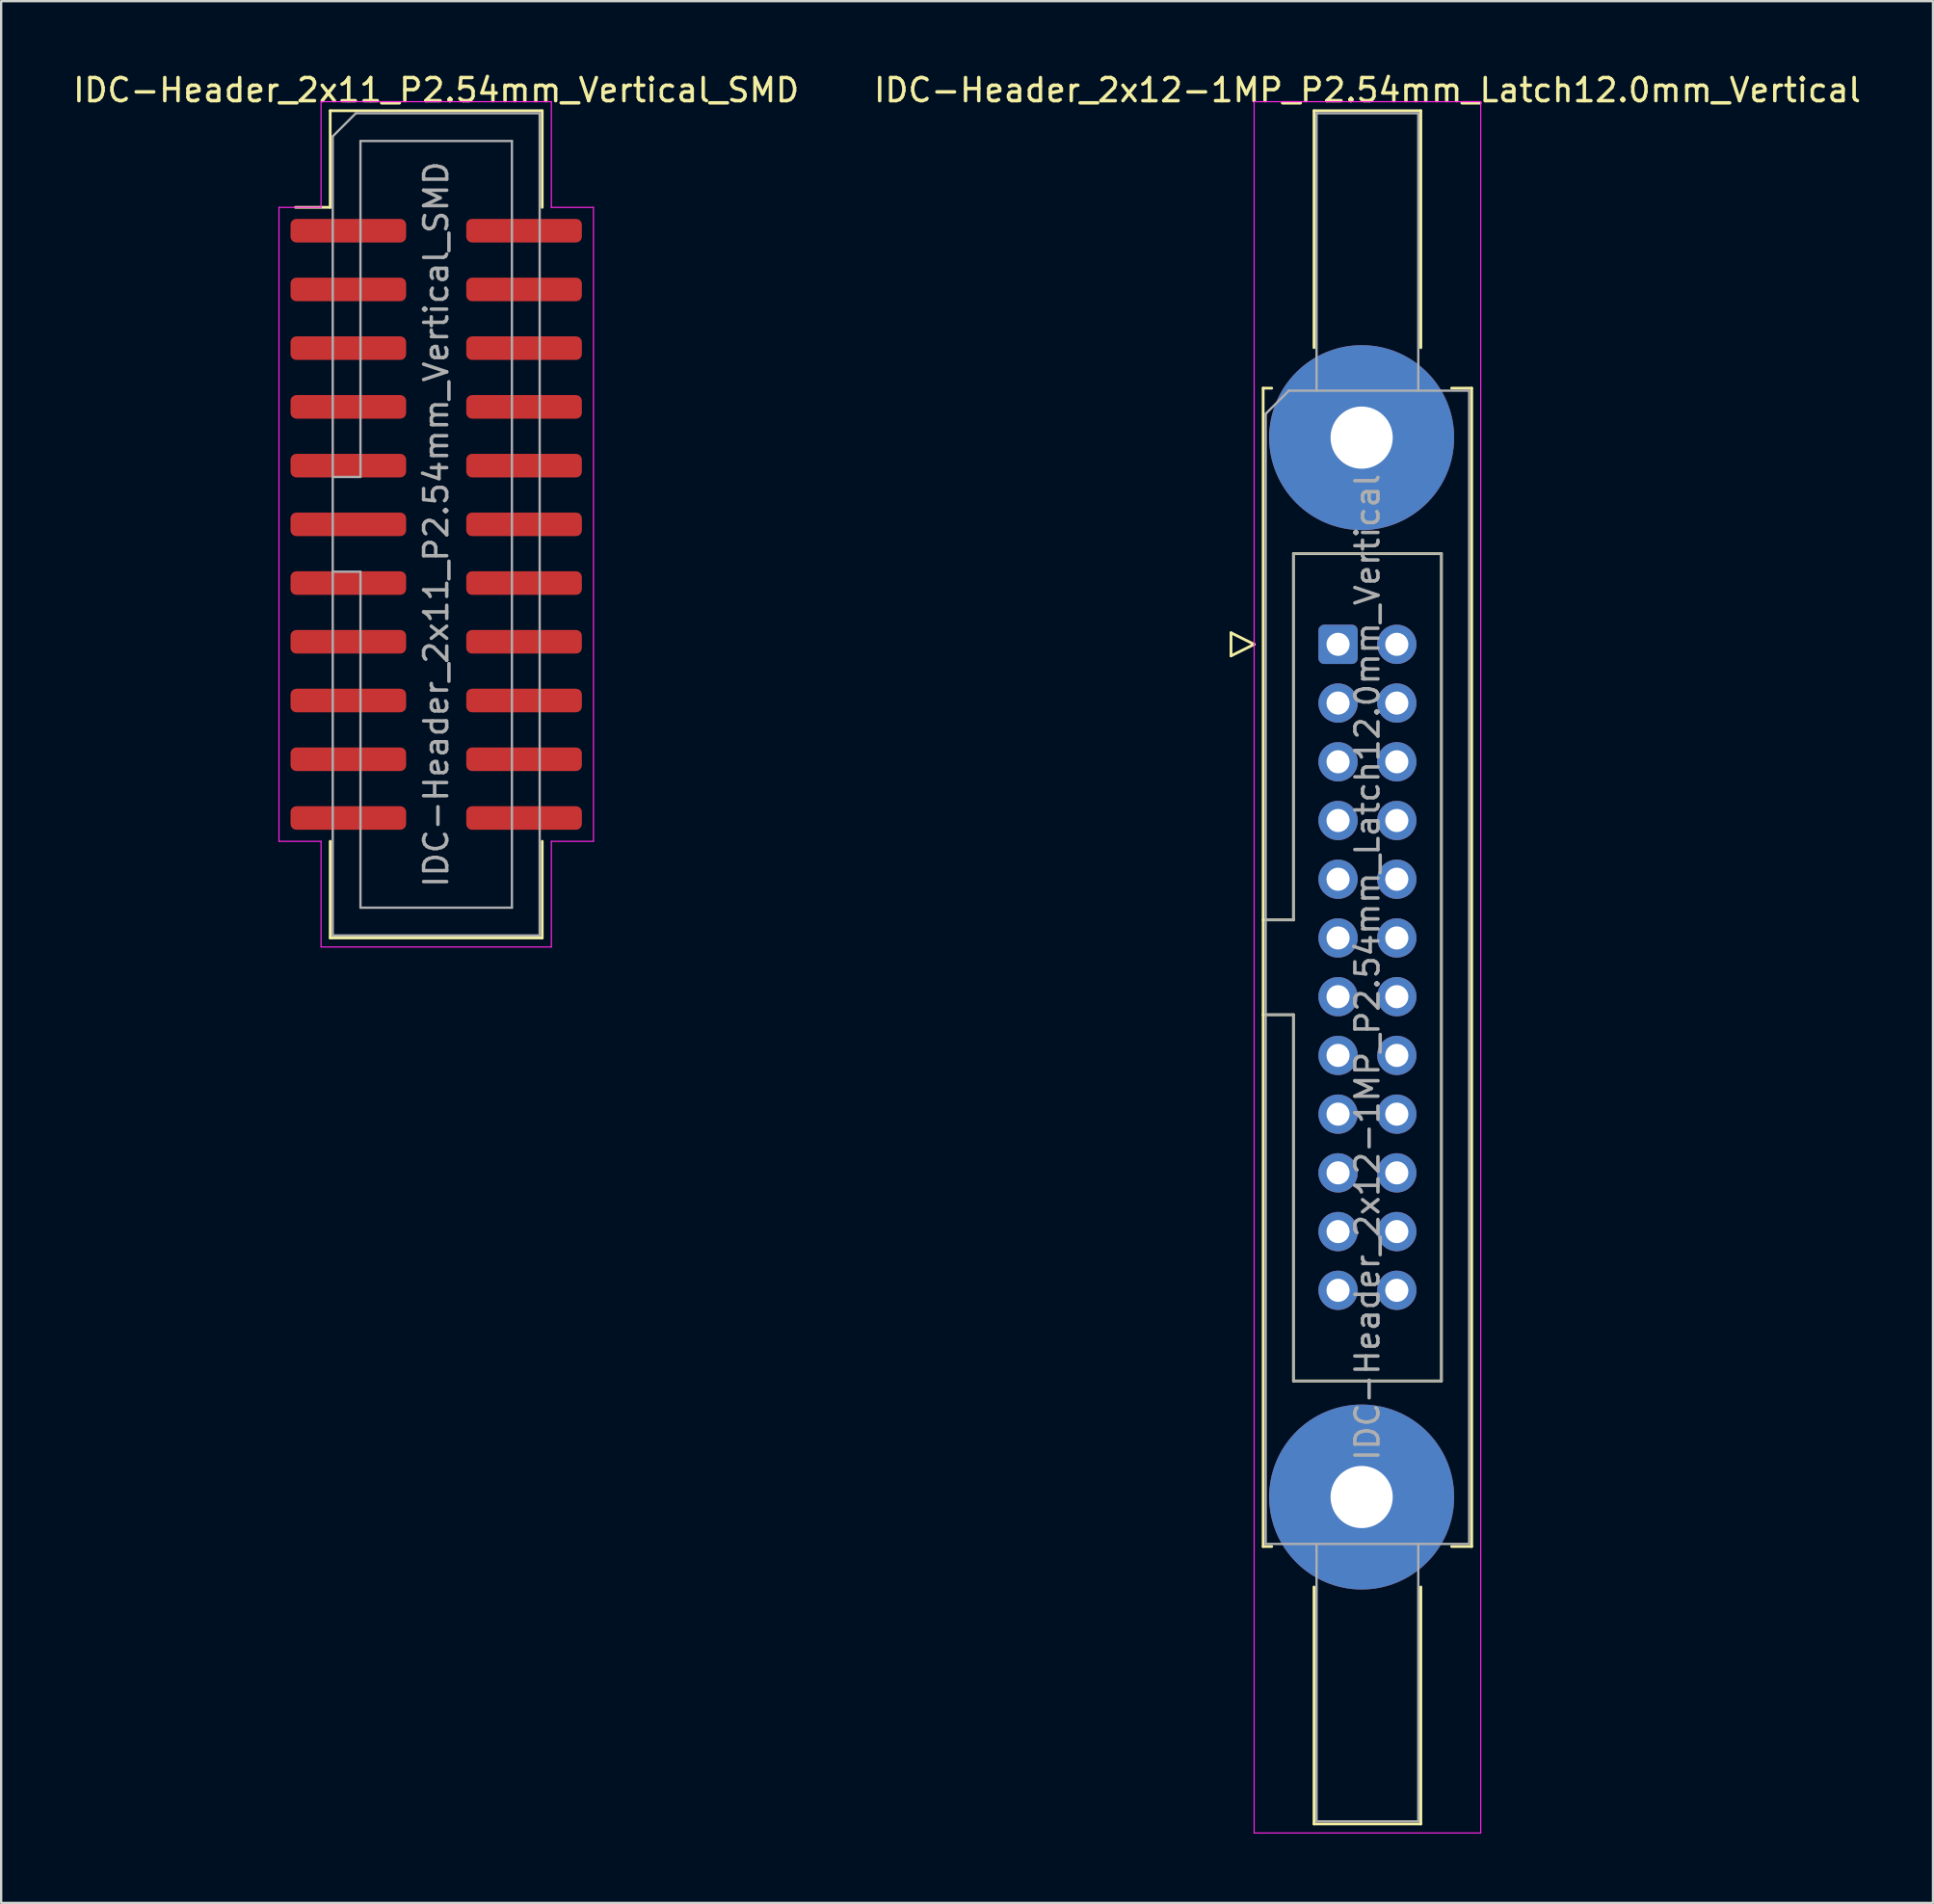
<source format=kicad_pcb>
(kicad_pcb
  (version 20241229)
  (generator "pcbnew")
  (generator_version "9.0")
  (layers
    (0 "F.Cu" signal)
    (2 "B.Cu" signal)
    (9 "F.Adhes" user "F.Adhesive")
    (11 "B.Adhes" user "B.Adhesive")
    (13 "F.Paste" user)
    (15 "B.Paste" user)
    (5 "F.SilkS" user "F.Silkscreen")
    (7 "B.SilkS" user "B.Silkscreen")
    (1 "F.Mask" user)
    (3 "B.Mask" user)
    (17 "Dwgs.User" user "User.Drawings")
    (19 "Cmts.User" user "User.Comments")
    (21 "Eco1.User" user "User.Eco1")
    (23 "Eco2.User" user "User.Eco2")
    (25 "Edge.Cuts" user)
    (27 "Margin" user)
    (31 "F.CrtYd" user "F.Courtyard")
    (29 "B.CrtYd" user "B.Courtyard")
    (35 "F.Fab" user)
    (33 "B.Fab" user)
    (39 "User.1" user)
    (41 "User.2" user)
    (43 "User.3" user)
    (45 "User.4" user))
  (footprint "IDC-Header_2x11_P2.54mm_Vertical_SMD"
    (layer "F.Cu")
    (at 15.815 19.628)
    (property "Reference" "IDC-Header_2x11_P2.54mm_Vertical_SMD" (at 0 -18.78 0) (layer "F.SilkS") (effects (font (size 1 1) (thickness 0.15))))
    (attr smd)
    (fp_line (start -4.585 -17.89) (end 4.585 -17.89) (stroke (width 0.12) (type solid)) (layer "F.SilkS"))
    (fp_line (start -4.585 -13.71) (end -6.085 -13.71) (stroke (width 0.12) (type solid)) (layer "F.SilkS"))
    (fp_line (start -4.585 -13.71) (end -4.585 -17.89) (stroke (width 0.12) (type solid)) (layer "F.SilkS"))
    (fp_line (start -4.585 13.71) (end -4.585 17.89) (stroke (width 0.12) (type solid)) (layer "F.SilkS"))
    (fp_line (start -4.585 17.89) (end 4.585 17.89) (stroke (width 0.12) (type solid)) (layer "F.SilkS"))
    (fp_line (start 4.585 -17.89) (end 4.585 -13.71) (stroke (width 0.12) (type solid)) (layer "F.SilkS"))
    (fp_line (start 4.585 17.89) (end 4.585 13.71) (stroke (width 0.12) (type solid)) (layer "F.SilkS"))
    (fp_line (start -6.8 -13.71) (end -6.8 13.71) (stroke (width 0.05) (type solid)) (layer "F.CrtYd"))
    (fp_line (start -6.8 13.71) (end -4.98 13.71) (stroke (width 0.05) (type solid)) (layer "F.CrtYd"))
    (fp_line (start -4.98 -18.28) (end -4.98 -13.71) (stroke (width 0.05) (type solid)) (layer "F.CrtYd"))
    (fp_line (start -4.98 -13.71) (end -6.8 -13.71) (stroke (width 0.05) (type solid)) (layer "F.CrtYd"))
    (fp_line (start -4.98 13.71) (end -4.98 18.28) (stroke (width 0.05) (type solid)) (layer "F.CrtYd"))
    (fp_line (start -4.98 18.28) (end 4.98 18.28) (stroke (width 0.05) (type solid)) (layer "F.CrtYd"))
    (fp_line (start 4.98 -18.28) (end -4.98 -18.28) (stroke (width 0.05) (type solid)) (layer "F.CrtYd"))
    (fp_line (start 4.98 -13.71) (end 4.98 -18.28) (stroke (width 0.05) (type solid)) (layer "F.CrtYd"))
    (fp_line (start 4.98 13.71) (end 6.8 13.71) (stroke (width 0.05) (type solid)) (layer "F.CrtYd"))
    (fp_line (start 4.98 18.28) (end 4.98 13.71) (stroke (width 0.05) (type solid)) (layer "F.CrtYd"))
    (fp_line (start 6.8 -13.71) (end 4.98 -13.71) (stroke (width 0.05) (type solid)) (layer "F.CrtYd"))
    (fp_line (start 6.8 13.71) (end 6.8 -13.71) (stroke (width 0.05) (type solid)) (layer "F.CrtYd"))
    (fp_line (start -4.475 -16.78) (end -3.475 -17.78) (stroke (width 0.1) (type solid)) (layer "F.Fab"))
    (fp_line (start -4.475 -2.05) (end -3.275 -2.05) (stroke (width 0.1) (type solid)) (layer "F.Fab"))
    (fp_line (start -4.475 17.78) (end -4.475 -16.78) (stroke (width 0.1) (type solid)) (layer "F.Fab"))
    (fp_line (start -3.475 -17.78) (end 4.475 -17.78) (stroke (width 0.1) (type solid)) (layer "F.Fab"))
    (fp_line (start -3.275 -16.58) (end 3.275 -16.58) (stroke (width 0.1) (type solid)) (layer "F.Fab"))
    (fp_line (start -3.275 -2.05) (end -3.275 -16.58) (stroke (width 0.1) (type solid)) (layer "F.Fab"))
    (fp_line (start -3.275 2.05) (end -4.475 2.05) (stroke (width 0.1) (type solid)) (layer "F.Fab"))
    (fp_line (start -3.275 16.58) (end -3.275 2.05) (stroke (width 0.1) (type solid)) (layer "F.Fab"))
    (fp_line (start 3.275 -16.58) (end 3.275 16.58) (stroke (width 0.1) (type solid)) (layer "F.Fab"))
    (fp_line (start 3.275 16.58) (end -3.275 16.58) (stroke (width 0.1) (type solid)) (layer "F.Fab"))
    (fp_line (start 4.475 -17.78) (end 4.475 17.78) (stroke (width 0.1) (type solid)) (layer "F.Fab"))
    (fp_line (start 4.475 17.78) (end -4.475 17.78) (stroke (width 0.1) (type solid)) (layer "F.Fab"))
    (fp_text user "${REFERENCE}" (at 0 0 90) (layer "F.Fab") (effects (font (size 1 1) (thickness 0.15))))
    (pad "1" smd roundrect (at -3.8 -12.7) (size 5 1.02) (layers "F.Cu" "F.Mask" "F.Paste") (roundrect_rratio 0.245))
    (pad "2" smd roundrect (at 3.8 -12.7) (size 5 1.02) (layers "F.Cu" "F.Mask" "F.Paste") (roundrect_rratio 0.245))
    (pad "3" smd roundrect (at -3.8 -10.16) (size 5 1.02) (layers "F.Cu" "F.Mask" "F.Paste") (roundrect_rratio 0.245))
    (pad "4" smd roundrect (at 3.8 -10.16) (size 5 1.02) (layers "F.Cu" "F.Mask" "F.Paste") (roundrect_rratio 0.245))
    (pad "5" smd roundrect (at -3.8 -7.62) (size 5 1.02) (layers "F.Cu" "F.Mask" "F.Paste") (roundrect_rratio 0.245))
    (pad "6" smd roundrect (at 3.8 -7.62) (size 5 1.02) (layers "F.Cu" "F.Mask" "F.Paste") (roundrect_rratio 0.245))
    (pad "7" smd roundrect (at -3.8 -5.08) (size 5 1.02) (layers "F.Cu" "F.Mask" "F.Paste") (roundrect_rratio 0.245))
    (pad "8" smd roundrect (at 3.8 -5.08) (size 5 1.02) (layers "F.Cu" "F.Mask" "F.Paste") (roundrect_rratio 0.245))
    (pad "9" smd roundrect (at -3.8 -2.54) (size 5 1.02) (layers "F.Cu" "F.Mask" "F.Paste") (roundrect_rratio 0.245))
    (pad "10" smd roundrect (at 3.8 -2.54) (size 5 1.02) (layers "F.Cu" "F.Mask" "F.Paste") (roundrect_rratio 0.245))
    (pad "11" smd roundrect (at -3.8 0) (size 5 1.02) (layers "F.Cu" "F.Mask" "F.Paste") (roundrect_rratio 0.245))
    (pad "12" smd roundrect (at 3.8 0) (size 5 1.02) (layers "F.Cu" "F.Mask" "F.Paste") (roundrect_rratio 0.245))
    (pad "13" smd roundrect (at -3.8 2.54) (size 5 1.02) (layers "F.Cu" "F.Mask" "F.Paste") (roundrect_rratio 0.245))
    (pad "14" smd roundrect (at 3.8 2.54) (size 5 1.02) (layers "F.Cu" "F.Mask" "F.Paste") (roundrect_rratio 0.245))
    (pad "15" smd roundrect (at -3.8 5.08) (size 5 1.02) (layers "F.Cu" "F.Mask" "F.Paste") (roundrect_rratio 0.245))
    (pad "16" smd roundrect (at 3.8 5.08) (size 5 1.02) (layers "F.Cu" "F.Mask" "F.Paste") (roundrect_rratio 0.245))
    (pad "17" smd roundrect (at -3.8 7.62) (size 5 1.02) (layers "F.Cu" "F.Mask" "F.Paste") (roundrect_rratio 0.245))
    (pad "18" smd roundrect (at 3.8 7.62) (size 5 1.02) (layers "F.Cu" "F.Mask" "F.Paste") (roundrect_rratio 0.245))
    (pad "19" smd roundrect (at -3.8 10.16) (size 5 1.02) (layers "F.Cu" "F.Mask" "F.Paste") (roundrect_rratio 0.245))
    (pad "20" smd roundrect (at 3.8 10.16) (size 5 1.02) (layers "F.Cu" "F.Mask" "F.Paste") (roundrect_rratio 0.245))
    (pad "21" smd roundrect (at -3.8 12.7) (size 5 1.02) (layers "F.Cu" "F.Mask" "F.Paste") (roundrect_rratio 0.245))
    (pad "22" smd roundrect (at 3.8 12.7) (size 5 1.02) (layers "F.Cu" "F.Mask" "F.Paste") (roundrect_rratio 0.245)))
  (footprint "IDC-Header_2x12-1MP_P2.54mm_Latch12.0mm_Vertical"
    (layer "F.Cu")
    (at 54.819 24.818)
    (property "Reference" "IDC-Header_2x12-1MP_P2.54mm_Latch12.0mm_Vertical" (at 1.27 -23.97 0) (layer "F.SilkS") (effects (font (size 1 1) (thickness 0.15))))
    (attr through_hole)
    (fp_line (start -4.63 -0.5) (end -4.63 0.5) (stroke (width 0.12) (type solid)) (layer "F.SilkS"))
    (fp_line (start -4.63 0.5) (end -3.63 0) (stroke (width 0.12) (type solid)) (layer "F.SilkS"))
    (fp_line (start -3.63 0) (end -4.63 -0.5) (stroke (width 0.12) (type solid)) (layer "F.SilkS"))
    (fp_line (start -3.24 -11.08) (end -3.24 39.02) (stroke (width 0.12) (type solid)) (layer "F.SilkS"))
    (fp_line (start -3.24 11.92) (end -1.93 11.92) (stroke (width 0.12) (type solid)) (layer "F.SilkS"))
    (fp_line (start -3.24 39.02) (end -2.87 39.02) (stroke (width 0.12) (type solid)) (layer "F.SilkS"))
    (fp_line (start -2.87 -11.08) (end -3.24 -11.08) (stroke (width 0.12) (type solid)) (layer "F.SilkS"))
    (fp_line (start -1.93 -3.92) (end 4.47 -3.92) (stroke (width 0.12) (type solid)) (layer "F.SilkS"))
    (fp_line (start -1.93 11.92) (end -1.93 -3.92) (stroke (width 0.12) (type solid)) (layer "F.SilkS"))
    (fp_line (start -1.93 16.02) (end -3.24 16.02) (stroke (width 0.12) (type solid)) (layer "F.SilkS"))
    (fp_line (start -1.93 31.86) (end -1.93 16.02) (stroke (width 0.12) (type solid)) (layer "F.SilkS"))
    (fp_line (start -1.04 -23.08) (end 3.58 -23.08) (stroke (width 0.12) (type solid)) (layer "F.SilkS"))
    (fp_line (start -1.04 -12.83) (end -1.04 -23.08) (stroke (width 0.12) (type solid)) (layer "F.SilkS"))
    (fp_line (start -1.04 40.77) (end -1.04 51.02) (stroke (width 0.12) (type solid)) (layer "F.SilkS"))
    (fp_line (start -1.04 51.02) (end 3.58 51.02) (stroke (width 0.12) (type solid)) (layer "F.SilkS"))
    (fp_line (start 3.58 -23.08) (end 3.58 -12.83) (stroke (width 0.12) (type solid)) (layer "F.SilkS"))
    (fp_line (start 3.58 51.02) (end 3.58 40.77) (stroke (width 0.12) (type solid)) (layer "F.SilkS"))
    (fp_line (start 4.47 -3.92) (end 4.47 31.86) (stroke (width 0.12) (type solid)) (layer "F.SilkS"))
    (fp_line (start 4.47 31.86) (end -1.93 31.86) (stroke (width 0.12) (type solid)) (layer "F.SilkS"))
    (fp_line (start 4.91 -11.08) (end 5.78 -11.08) (stroke (width 0.12) (type solid)) (layer "F.SilkS"))
    (fp_line (start 5.78 -11.08) (end 5.78 39.02) (stroke (width 0.12) (type solid)) (layer "F.SilkS"))
    (fp_line (start 5.78 39.02) (end 4.91 39.02) (stroke (width 0.12) (type solid)) (layer "F.SilkS"))
    (fp_line (start -3.63 -23.47) (end -3.63 51.41) (stroke (width 0.05) (type solid)) (layer "F.CrtYd"))
    (fp_line (start -3.63 51.41) (end 6.17 51.41) (stroke (width 0.05) (type solid)) (layer "F.CrtYd"))
    (fp_line (start 6.17 -23.47) (end -3.63 -23.47) (stroke (width 0.05) (type solid)) (layer "F.CrtYd"))
    (fp_line (start 6.17 51.41) (end 6.17 -23.47) (stroke (width 0.05) (type solid)) (layer "F.CrtYd"))
    (fp_line (start -3.13 -9.97) (end -2.13 -10.97) (stroke (width 0.1) (type solid)) (layer "F.Fab"))
    (fp_line (start -3.13 11.92) (end -1.93 11.92) (stroke (width 0.1) (type solid)) (layer "F.Fab"))
    (fp_line (start -3.13 38.91) (end -3.13 -9.97) (stroke (width 0.1) (type solid)) (layer "F.Fab"))
    (fp_line (start -2.13 -10.97) (end 5.67 -10.97) (stroke (width 0.1) (type solid)) (layer "F.Fab"))
    (fp_line (start -1.93 -3.92) (end 4.47 -3.92) (stroke (width 0.1) (type solid)) (layer "F.Fab"))
    (fp_line (start -1.93 11.92) (end -1.93 -3.92) (stroke (width 0.1) (type solid)) (layer "F.Fab"))
    (fp_line (start -1.93 16.02) (end -3.13 16.02) (stroke (width 0.1) (type solid)) (layer "F.Fab"))
    (fp_line (start -1.93 31.86) (end -1.93 16.02) (stroke (width 0.1) (type solid)) (layer "F.Fab"))
    (fp_line (start -0.93 -22.97) (end 3.47 -22.97) (stroke (width 0.1) (type solid)) (layer "F.Fab"))
    (fp_line (start -0.93 -10.97) (end -0.93 -22.97) (stroke (width 0.1) (type solid)) (layer "F.Fab"))
    (fp_line (start -0.93 38.91) (end -0.93 50.91) (stroke (width 0.1) (type solid)) (layer "F.Fab"))
    (fp_line (start -0.93 50.91) (end 3.47 50.91) (stroke (width 0.1) (type solid)) (layer "F.Fab"))
    (fp_line (start 3.47 -22.97) (end 3.47 -10.97) (stroke (width 0.1) (type solid)) (layer "F.Fab"))
    (fp_line (start 3.47 50.91) (end 3.47 38.91) (stroke (width 0.1) (type solid)) (layer "F.Fab"))
    (fp_line (start 4.47 -3.92) (end 4.47 31.86) (stroke (width 0.1) (type solid)) (layer "F.Fab"))
    (fp_line (start 4.47 31.86) (end -1.93 31.86) (stroke (width 0.1) (type solid)) (layer "F.Fab"))
    (fp_line (start 5.67 -10.97) (end 5.67 38.91) (stroke (width 0.1) (type solid)) (layer "F.Fab"))
    (fp_line (start 5.67 38.91) (end -3.13 38.91) (stroke (width 0.1) (type solid)) (layer "F.Fab"))
    (fp_text user "${REFERENCE}" (at 1.27 13.97 90) (layer "F.Fab") (effects (font (size 1 1) (thickness 0.15))))
    (pad "1" thru_hole roundrect (at 0 0) (size 1.7 1.7) (drill 1) (layers "*.Cu" "*.Mask") (roundrect_rratio 0.147))
    (pad "2" thru_hole circle (at 2.54 0) (size 1.7 1.7) (drill 1) (layers "*.Cu" "*.Mask"))
    (pad "3" thru_hole circle (at 0 2.54) (size 1.7 1.7) (drill 1) (layers "*.Cu" "*.Mask"))
    (pad "4" thru_hole circle (at 2.54 2.54) (size 1.7 1.7) (drill 1) (layers "*.Cu" "*.Mask"))
    (pad "5" thru_hole circle (at 0 5.08) (size 1.7 1.7) (drill 1) (layers "*.Cu" "*.Mask"))
    (pad "6" thru_hole circle (at 2.54 5.08) (size 1.7 1.7) (drill 1) (layers "*.Cu" "*.Mask"))
    (pad "7" thru_hole circle (at 0 7.62) (size 1.7 1.7) (drill 1) (layers "*.Cu" "*.Mask"))
    (pad "8" thru_hole circle (at 2.54 7.62) (size 1.7 1.7) (drill 1) (layers "*.Cu" "*.Mask"))
    (pad "9" thru_hole circle (at 0 10.16) (size 1.7 1.7) (drill 1) (layers "*.Cu" "*.Mask"))
    (pad "10" thru_hole circle (at 2.54 10.16) (size 1.7 1.7) (drill 1) (layers "*.Cu" "*.Mask"))
    (pad "11" thru_hole circle (at 0 12.7) (size 1.7 1.7) (drill 1) (layers "*.Cu" "*.Mask"))
    (pad "12" thru_hole circle (at 2.54 12.7) (size 1.7 1.7) (drill 1) (layers "*.Cu" "*.Mask"))
    (pad "13" thru_hole circle (at 0 15.24) (size 1.7 1.7) (drill 1) (layers "*.Cu" "*.Mask"))
    (pad "14" thru_hole circle (at 2.54 15.24) (size 1.7 1.7) (drill 1) (layers "*.Cu" "*.Mask"))
    (pad "15" thru_hole circle (at 0 17.78) (size 1.7 1.7) (drill 1) (layers "*.Cu" "*.Mask"))
    (pad "16" thru_hole circle (at 2.54 17.78) (size 1.7 1.7) (drill 1) (layers "*.Cu" "*.Mask"))
    (pad "17" thru_hole circle (at 0 20.32) (size 1.7 1.7) (drill 1) (layers "*.Cu" "*.Mask"))
    (pad "18" thru_hole circle (at 2.54 20.32) (size 1.7 1.7) (drill 1) (layers "*.Cu" "*.Mask"))
    (pad "19" thru_hole circle (at 0 22.86) (size 1.7 1.7) (drill 1) (layers "*.Cu" "*.Mask"))
    (pad "20" thru_hole circle (at 2.54 22.86) (size 1.7 1.7) (drill 1) (layers "*.Cu" "*.Mask"))
    (pad "21" thru_hole circle (at 0 25.4) (size 1.7 1.7) (drill 1) (layers "*.Cu" "*.Mask"))
    (pad "22" thru_hole circle (at 2.54 25.4) (size 1.7 1.7) (drill 1) (layers "*.Cu" "*.Mask"))
    (pad "23" thru_hole circle (at 0 27.94) (size 1.7 1.7) (drill 1) (layers "*.Cu" "*.Mask"))
    (pad "24" thru_hole circle (at 2.54 27.94) (size 1.7 1.7) (drill 1) (layers "*.Cu" "*.Mask"))
    (pad "MP" thru_hole circle (at 1.02 -8.94) (size 8 8) (drill 2.69) (layers "*.Cu" "*.Mask"))
    (pad "MP" thru_hole circle (at 1.02 36.88) (size 8 8) (drill 2.69) (layers "*.Cu" "*.Mask")))
  (gr_rect
    (start -3 -3)
    (end 80.548 79.253)
    (stroke (width 0.1) (type default))
    (fill no)
    (layer "Edge.Cuts")))
</source>
